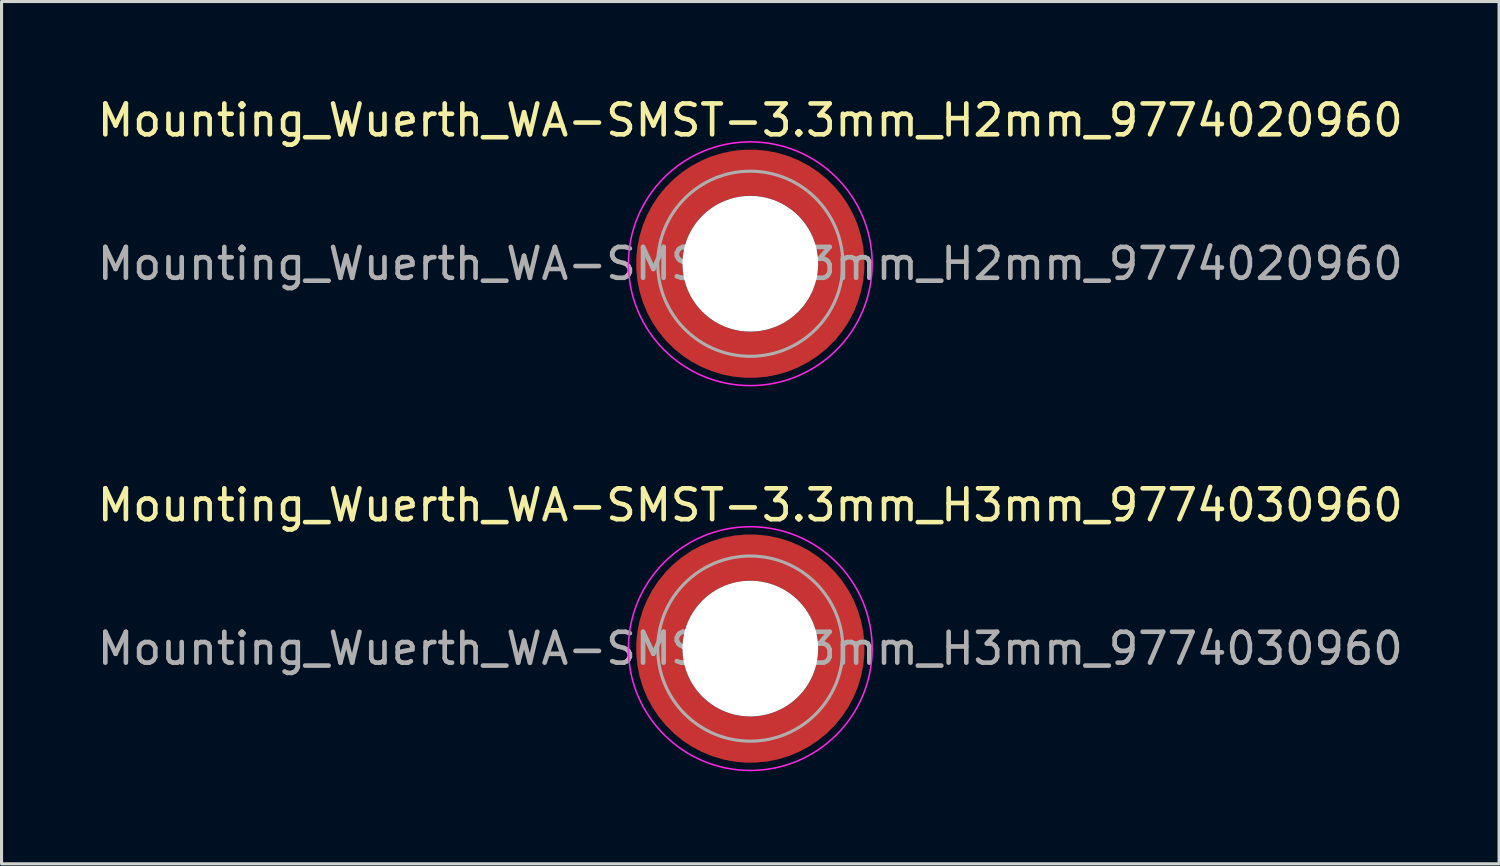
<source format=kicad_pcb>
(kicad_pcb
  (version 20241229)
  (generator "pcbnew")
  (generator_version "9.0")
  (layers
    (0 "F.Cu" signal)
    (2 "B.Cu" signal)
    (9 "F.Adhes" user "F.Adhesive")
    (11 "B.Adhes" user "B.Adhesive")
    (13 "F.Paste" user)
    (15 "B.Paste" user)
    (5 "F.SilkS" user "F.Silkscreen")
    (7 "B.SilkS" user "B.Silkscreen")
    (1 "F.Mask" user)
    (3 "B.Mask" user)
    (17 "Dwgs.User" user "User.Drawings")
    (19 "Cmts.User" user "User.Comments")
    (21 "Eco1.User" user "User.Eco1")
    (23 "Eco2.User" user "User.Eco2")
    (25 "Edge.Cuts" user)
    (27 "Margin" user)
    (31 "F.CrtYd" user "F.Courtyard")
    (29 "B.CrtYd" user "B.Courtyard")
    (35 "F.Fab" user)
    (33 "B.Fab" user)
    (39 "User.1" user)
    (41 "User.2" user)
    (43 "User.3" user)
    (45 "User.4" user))
  (footprint "Mounting_Wuerth_WA-SMST-3.3mm_H3mm_9774030960"
    (layer "F.Cu")
    (at 21.268 17.971)
    (property "Reference" "Mounting_Wuerth_WA-SMST-3.3mm_H3mm_9774030960" (at 0 -4.65 0) (layer "F.SilkS") (effects (font (size 1 1) (thickness 0.15))))
    (attr smd)
    (fp_circle (center 0 0) (end 3.95 0) (stroke (width 0.05) (type solid)) (fill no) (layer "F.CrtYd"))
    (fp_circle (center 0 0) (end 3 0) (stroke (width 0.1) (type solid)) (fill no) (layer "F.Fab"))
    (fp_text user "${REFERENCE}" (at 0 0 0) (layer "F.Fab") (effects (font (size 1 1) (thickness 0.15))))
    (pad "" smd custom (at -2.058 -2.058) (size 0.7 0.7) (layers "F.Paste") (options (anchor circle)) (primitives (gr_arc (start -0.377294 1.707681) (mid 0.317579 0.318817) (end 1.705947 -0.377044) (width 0.2)) (gr_arc (start -0.478281 1.707681) (mid 0.246161 0.248814) (end 1.703965 -0.477765) (width 0.2)) (gr_arc (start -0.579192 1.707681) (mid 0.175492 0.178063) (end 1.704077 -0.578711) (width 0.2)) (gr_arc (start -0.680037 1.707681) (mid 0.105568 0.106564) (end 1.706284 -0.679858) (width 0.2)) (gr_arc (start -0.780822 1.707681) (mid 0.034627 0.036085) (end 1.705634 -0.780569) (width 0.2)) (gr_arc (start -0.881554 1.707681) (mid -0.035694 -0.035016) (end 1.706729 -0.881441) (width 0.2)) (gr_arc (start -0.982237 1.707681) (mid -0.107281 -0.10485) (end 1.704266 -0.981842) (width 0.2)) (gr_arc (start -1.082877 1.707681) (mid -0.178372 -0.175181) (end 1.703197 -1.082374) (width 0.2)) (gr_arc (start -1.183476 1.707681) (mid -0.248964 -0.246008) (end 1.703525 -1.183025) (width 0.2)) (gr_arc (start -1.28404 1.707681) (mid -0.319062 -0.317333) (end 1.70525 -1.283784) (width 0.2)) (gr_line (start 1.708 -0.377) (end 1.708 -1.284) (width 0.2)) (gr_line (start -0.377 1.708) (end -1.284 1.708) (width 0.2))))
    (pad "" smd custom (at -2.058 2.058) (size 0.7 0.7) (layers "F.Paste") (options (anchor circle)) (primitives (gr_arc (start 1.707681 0.377294) (mid 0.318817 -0.317579) (end -0.377044 -1.705947) (width 0.2)) (gr_arc (start 1.707681 0.478281) (mid 0.248814 -0.246161) (end -0.477765 -1.703965) (width 0.2)) (gr_arc (start 1.707681 0.579192) (mid 0.178063 -0.175492) (end -0.578711 -1.704077) (width 0.2)) (gr_arc (start 1.707681 0.680037) (mid 0.106564 -0.105568) (end -0.679858 -1.706284) (width 0.2)) (gr_arc (start 1.707681 0.780822) (mid 0.036085 -0.034627) (end -0.780569 -1.705634) (width 0.2)) (gr_arc (start 1.707681 0.881554) (mid -0.035016 0.035694) (end -0.881441 -1.706729) (width 0.2)) (gr_arc (start 1.707681 0.982237) (mid -0.10485 0.107281) (end -0.981842 -1.704266) (width 0.2)) (gr_arc (start 1.707681 1.082877) (mid -0.175181 0.178372) (end -1.082374 -1.703197) (width 0.2)) (gr_arc (start 1.707681 1.183476) (mid -0.246008 0.248964) (end -1.183025 -1.703525) (width 0.2)) (gr_arc (start 1.707681 1.28404) (mid -0.317333 0.319062) (end -1.283784 -1.70525) (width 0.2)) (gr_line (start -0.377 -1.708) (end -1.284 -1.708) (width 0.2)) (gr_line (start 1.708 0.377) (end 1.708 1.284) (width 0.2))))
    (pad "" np_thru_hole circle (at 0 0) (size 4.4 4.4) (drill 4.4) (layers "*.Cu" "*.Mask"))
    (pad "" smd custom (at 2.058 -2.058) (size 0.7 0.7) (layers "F.Paste") (options (anchor circle)) (primitives (gr_arc (start -1.707681 -0.377294) (mid -0.318817 0.317579) (end 0.377044 1.705947) (width 0.2)) (gr_arc (start -1.707681 -0.478281) (mid -0.248814 0.246161) (end 0.477765 1.703965) (width 0.2)) (gr_arc (start -1.707681 -0.579192) (mid -0.178063 0.175492) (end 0.578711 1.704077) (width 0.2)) (gr_arc (start -1.707681 -0.680037) (mid -0.106564 0.105568) (end 0.679858 1.706284) (width 0.2)) (gr_arc (start -1.707681 -0.780822) (mid -0.036085 0.034627) (end 0.780569 1.705634) (width 0.2)) (gr_arc (start -1.707681 -0.881554) (mid 0.035016 -0.035694) (end 0.881441 1.706729) (width 0.2)) (gr_arc (start -1.707681 -0.982237) (mid 0.10485 -0.107281) (end 0.981842 1.704266) (width 0.2)) (gr_arc (start -1.707681 -1.082877) (mid 0.175181 -0.178372) (end 1.082374 1.703197) (width 0.2)) (gr_arc (start -1.707681 -1.183476) (mid 0.246008 -0.248964) (end 1.183025 1.703525) (width 0.2)) (gr_arc (start -1.707681 -1.28404) (mid 0.317333 -0.319062) (end 1.283784 1.70525) (width 0.2)) (gr_line (start 0.377 1.708) (end 1.284 1.708) (width 0.2)) (gr_line (start -1.708 -0.377) (end -1.708 -1.284) (width 0.2))))
    (pad "" smd custom (at 2.058 2.058) (size 0.7 0.7) (layers "F.Paste") (options (anchor circle)) (primitives (gr_arc (start 0.377294 -1.707681) (mid -0.317579 -0.318817) (end -1.705947 0.377044) (width 0.2)) (gr_arc (start 0.478281 -1.707681) (mid -0.246161 -0.248814) (end -1.703965 0.477765) (width 0.2)) (gr_arc (start 0.579192 -1.707681) (mid -0.175492 -0.178063) (end -1.704077 0.578711) (width 0.2)) (gr_arc (start 0.680037 -1.707681) (mid -0.105568 -0.106564) (end -1.706284 0.679858) (width 0.2)) (gr_arc (start 0.780822 -1.707681) (mid -0.034627 -0.036085) (end -1.705634 0.780569) (width 0.2)) (gr_arc (start 0.881554 -1.707681) (mid 0.035694 0.035016) (end -1.706729 0.881441) (width 0.2)) (gr_arc (start 0.982237 -1.707681) (mid 0.107281 0.10485) (end -1.704266 0.981842) (width 0.2)) (gr_arc (start 1.082877 -1.707681) (mid 0.178372 0.175181) (end -1.703197 1.082374) (width 0.2)) (gr_arc (start 1.183476 -1.707681) (mid 0.248964 0.246008) (end -1.703525 1.183025) (width 0.2)) (gr_arc (start 1.28404 -1.707681) (mid 0.319062 0.317333) (end -1.70525 1.283784) (width 0.2)) (gr_line (start -1.708 0.377) (end -1.708 1.284) (width 0.2)) (gr_line (start 0.377 -1.708) (end 1.284 -1.708) (width 0.2))))
    (pad "1" smd circle (at -2.95 0) (size 1.1 1.1) (layers "F.Cu"))
    (pad "1" smd circle (at 0 -2.95) (size 1.1 1.1) (layers "F.Cu"))
    (pad "1" smd circle (at 0 2.95) (size 1.1 1.1) (layers "F.Cu"))
    (pad "1" smd custom (at 2.95 0) (size 1.1 1.1) (layers "F.Cu" "F.Mask") (options (anchor circle)) (primitives (gr_circle (center -2.95 0) (end 0 0) (width 1.5) (fill no)))))
  (footprint "Mounting_Wuerth_WA-SMST-3.3mm_H2mm_9774020960"
    (layer "F.Cu")
    (at 21.268 5.498)
    (property "Reference" "Mounting_Wuerth_WA-SMST-3.3mm_H2mm_9774020960" (at 0 -4.65 0) (layer "F.SilkS") (effects (font (size 1 1) (thickness 0.15))))
    (attr smd)
    (fp_circle (center 0 0) (end 3.95 0) (stroke (width 0.05) (type solid)) (fill no) (layer "F.CrtYd"))
    (fp_circle (center 0 0) (end 3 0) (stroke (width 0.1) (type solid)) (fill no) (layer "F.Fab"))
    (fp_text user "${REFERENCE}" (at 0 0 0) (layer "F.Fab") (effects (font (size 1 1) (thickness 0.15))))
    (pad "" smd custom (at -2.058 -2.058) (size 0.7 0.7) (layers "F.Paste") (options (anchor circle)) (primitives (gr_arc (start -0.377294 1.707681) (mid 0.317579 0.318817) (end 1.705947 -0.377044) (width 0.2)) (gr_arc (start -0.478281 1.707681) (mid 0.246161 0.248814) (end 1.703965 -0.477765) (width 0.2)) (gr_arc (start -0.579192 1.707681) (mid 0.175492 0.178063) (end 1.704077 -0.578711) (width 0.2)) (gr_arc (start -0.680037 1.707681) (mid 0.105568 0.106564) (end 1.706284 -0.679858) (width 0.2)) (gr_arc (start -0.780822 1.707681) (mid 0.034627 0.036085) (end 1.705634 -0.780569) (width 0.2)) (gr_arc (start -0.881554 1.707681) (mid -0.035694 -0.035016) (end 1.706729 -0.881441) (width 0.2)) (gr_arc (start -0.982237 1.707681) (mid -0.107281 -0.10485) (end 1.704266 -0.981842) (width 0.2)) (gr_arc (start -1.082877 1.707681) (mid -0.178372 -0.175181) (end 1.703197 -1.082374) (width 0.2)) (gr_arc (start -1.183476 1.707681) (mid -0.248964 -0.246008) (end 1.703525 -1.183025) (width 0.2)) (gr_arc (start -1.28404 1.707681) (mid -0.319062 -0.317333) (end 1.70525 -1.283784) (width 0.2)) (gr_line (start 1.708 -0.377) (end 1.708 -1.284) (width 0.2)) (gr_line (start -0.377 1.708) (end -1.284 1.708) (width 0.2))))
    (pad "" smd custom (at -2.058 2.058) (size 0.7 0.7) (layers "F.Paste") (options (anchor circle)) (primitives (gr_arc (start 1.707681 0.377294) (mid 0.318817 -0.317579) (end -0.377044 -1.705947) (width 0.2)) (gr_arc (start 1.707681 0.478281) (mid 0.248814 -0.246161) (end -0.477765 -1.703965) (width 0.2)) (gr_arc (start 1.707681 0.579192) (mid 0.178063 -0.175492) (end -0.578711 -1.704077) (width 0.2)) (gr_arc (start 1.707681 0.680037) (mid 0.106564 -0.105568) (end -0.679858 -1.706284) (width 0.2)) (gr_arc (start 1.707681 0.780822) (mid 0.036085 -0.034627) (end -0.780569 -1.705634) (width 0.2)) (gr_arc (start 1.707681 0.881554) (mid -0.035016 0.035694) (end -0.881441 -1.706729) (width 0.2)) (gr_arc (start 1.707681 0.982237) (mid -0.10485 0.107281) (end -0.981842 -1.704266) (width 0.2)) (gr_arc (start 1.707681 1.082877) (mid -0.175181 0.178372) (end -1.082374 -1.703197) (width 0.2)) (gr_arc (start 1.707681 1.183476) (mid -0.246008 0.248964) (end -1.183025 -1.703525) (width 0.2)) (gr_arc (start 1.707681 1.28404) (mid -0.317333 0.319062) (end -1.283784 -1.70525) (width 0.2)) (gr_line (start -0.377 -1.708) (end -1.284 -1.708) (width 0.2)) (gr_line (start 1.708 0.377) (end 1.708 1.284) (width 0.2))))
    (pad "" np_thru_hole circle (at 0 0) (size 4.4 4.4) (drill 4.4) (layers "*.Cu" "*.Mask"))
    (pad "" smd custom (at 2.058 -2.058) (size 0.7 0.7) (layers "F.Paste") (options (anchor circle)) (primitives (gr_arc (start -1.707681 -0.377294) (mid -0.318817 0.317579) (end 0.377044 1.705947) (width 0.2)) (gr_arc (start -1.707681 -0.478281) (mid -0.248814 0.246161) (end 0.477765 1.703965) (width 0.2)) (gr_arc (start -1.707681 -0.579192) (mid -0.178063 0.175492) (end 0.578711 1.704077) (width 0.2)) (gr_arc (start -1.707681 -0.680037) (mid -0.106564 0.105568) (end 0.679858 1.706284) (width 0.2)) (gr_arc (start -1.707681 -0.780822) (mid -0.036085 0.034627) (end 0.780569 1.705634) (width 0.2)) (gr_arc (start -1.707681 -0.881554) (mid 0.035016 -0.035694) (end 0.881441 1.706729) (width 0.2)) (gr_arc (start -1.707681 -0.982237) (mid 0.10485 -0.107281) (end 0.981842 1.704266) (width 0.2)) (gr_arc (start -1.707681 -1.082877) (mid 0.175181 -0.178372) (end 1.082374 1.703197) (width 0.2)) (gr_arc (start -1.707681 -1.183476) (mid 0.246008 -0.248964) (end 1.183025 1.703525) (width 0.2)) (gr_arc (start -1.707681 -1.28404) (mid 0.317333 -0.319062) (end 1.283784 1.70525) (width 0.2)) (gr_line (start 0.377 1.708) (end 1.284 1.708) (width 0.2)) (gr_line (start -1.708 -0.377) (end -1.708 -1.284) (width 0.2))))
    (pad "" smd custom (at 2.058 2.058) (size 0.7 0.7) (layers "F.Paste") (options (anchor circle)) (primitives (gr_arc (start 0.377294 -1.707681) (mid -0.317579 -0.318817) (end -1.705947 0.377044) (width 0.2)) (gr_arc (start 0.478281 -1.707681) (mid -0.246161 -0.248814) (end -1.703965 0.477765) (width 0.2)) (gr_arc (start 0.579192 -1.707681) (mid -0.175492 -0.178063) (end -1.704077 0.578711) (width 0.2)) (gr_arc (start 0.680037 -1.707681) (mid -0.105568 -0.106564) (end -1.706284 0.679858) (width 0.2)) (gr_arc (start 0.780822 -1.707681) (mid -0.034627 -0.036085) (end -1.705634 0.780569) (width 0.2)) (gr_arc (start 0.881554 -1.707681) (mid 0.035694 0.035016) (end -1.706729 0.881441) (width 0.2)) (gr_arc (start 0.982237 -1.707681) (mid 0.107281 0.10485) (end -1.704266 0.981842) (width 0.2)) (gr_arc (start 1.082877 -1.707681) (mid 0.178372 0.175181) (end -1.703197 1.082374) (width 0.2)) (gr_arc (start 1.183476 -1.707681) (mid 0.248964 0.246008) (end -1.703525 1.183025) (width 0.2)) (gr_arc (start 1.28404 -1.707681) (mid 0.319062 0.317333) (end -1.70525 1.283784) (width 0.2)) (gr_line (start -1.708 0.377) (end -1.708 1.284) (width 0.2)) (gr_line (start 0.377 -1.708) (end 1.284 -1.708) (width 0.2))))
    (pad "1" smd circle (at -2.95 0) (size 1.1 1.1) (layers "F.Cu"))
    (pad "1" smd circle (at 0 -2.95) (size 1.1 1.1) (layers "F.Cu"))
    (pad "1" smd circle (at 0 2.95) (size 1.1 1.1) (layers "F.Cu"))
    (pad "1" smd custom (at 2.95 0) (size 1.1 1.1) (layers "F.Cu" "F.Mask") (options (anchor circle)) (primitives (gr_circle (center -2.95 0) (end 0 0) (width 1.5) (fill no)))))
  (gr_rect
    (start -3 -3)
    (end 45.536 24.947)
    (stroke (width 0.1) (type default))
    (fill no)
    (layer "Edge.Cuts")))
</source>
